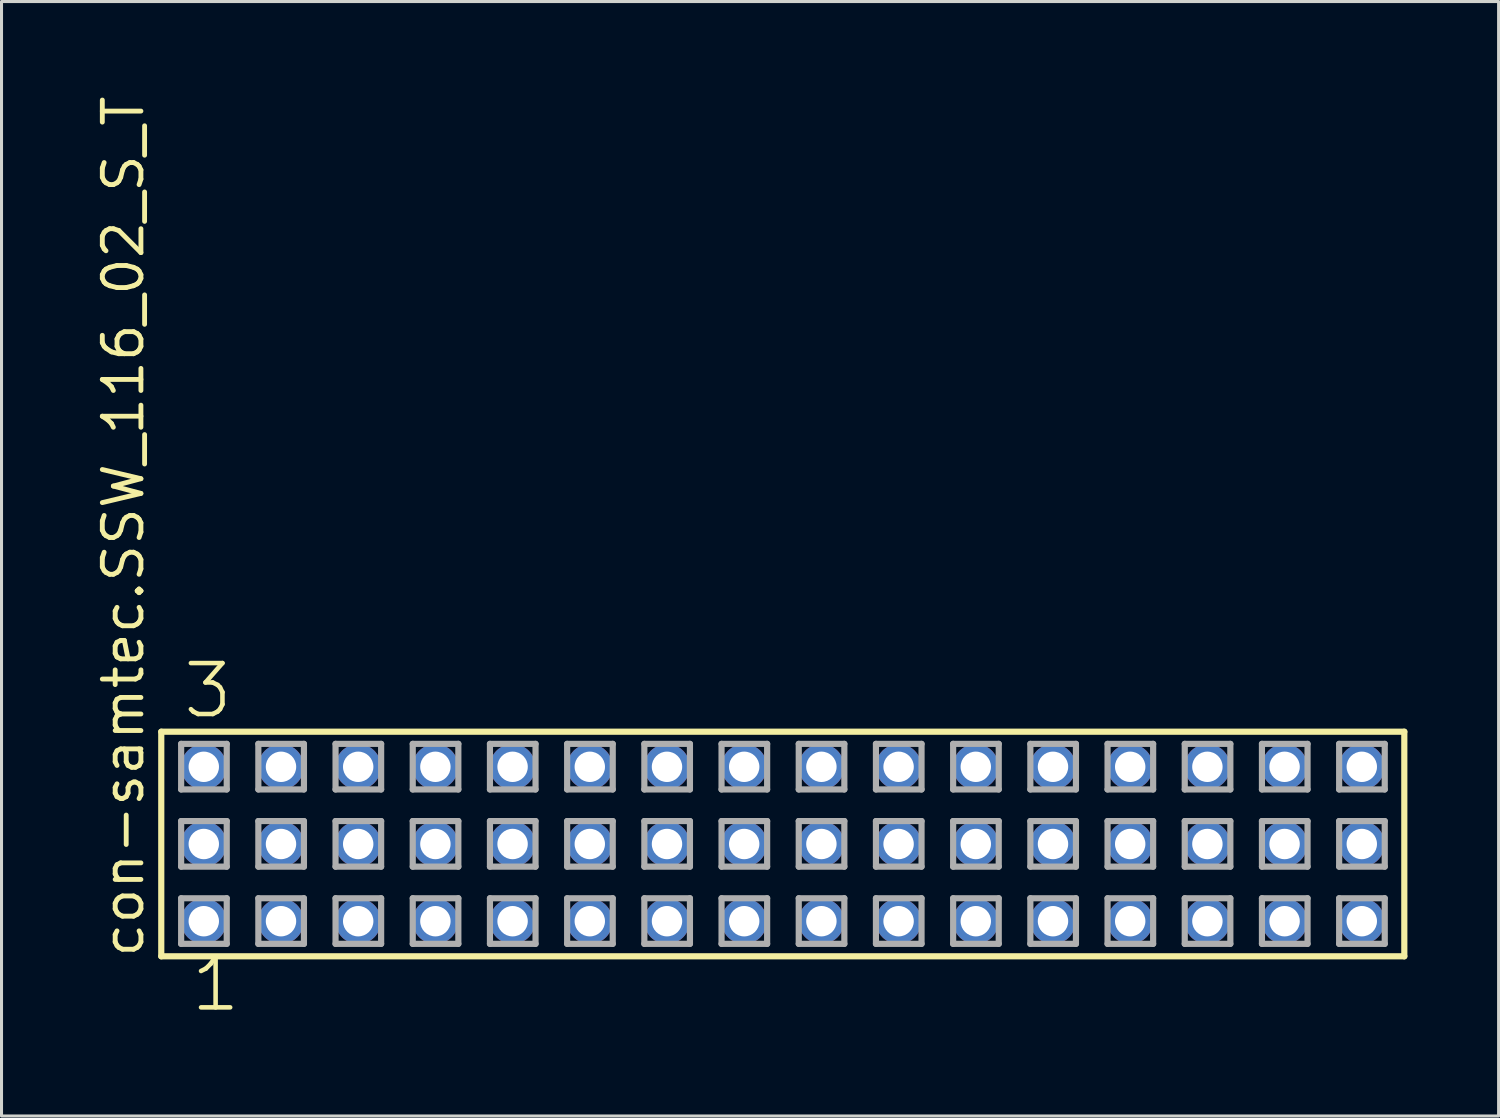
<source format=kicad_pcb>
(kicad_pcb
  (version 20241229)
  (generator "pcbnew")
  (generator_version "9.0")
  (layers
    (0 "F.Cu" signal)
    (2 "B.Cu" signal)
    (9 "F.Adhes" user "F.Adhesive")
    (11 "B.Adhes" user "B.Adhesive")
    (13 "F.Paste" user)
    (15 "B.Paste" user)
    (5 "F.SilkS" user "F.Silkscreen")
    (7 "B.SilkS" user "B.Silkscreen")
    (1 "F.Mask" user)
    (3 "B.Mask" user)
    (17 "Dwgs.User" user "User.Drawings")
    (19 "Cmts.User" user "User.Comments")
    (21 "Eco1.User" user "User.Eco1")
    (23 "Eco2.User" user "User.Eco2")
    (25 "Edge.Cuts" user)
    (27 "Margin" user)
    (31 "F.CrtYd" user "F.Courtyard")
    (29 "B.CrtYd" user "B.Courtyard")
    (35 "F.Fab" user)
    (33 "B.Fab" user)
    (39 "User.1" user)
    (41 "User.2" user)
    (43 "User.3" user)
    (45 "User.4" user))
  (footprint "con-samtec.SSW_116_02_S_T"
    (layer "F.Cu")
    (at 22.705 24.719)
    (property "Reference" "con-samtec.SSW_116_02_S_T" (at -20.955 3.81 90) (layer "F.SilkS") (effects (font (size 1.27 1.27) (thickness 0.16)) (justify left bottom)))
    (attr through_hole)
    (fp_line (start -20.449 -3.695) (end 20.449 -3.695) (stroke (width 0.203) (type default)) (layer "F.SilkS"))
    (fp_line (start -20.449 3.695) (end -20.449 -3.695) (stroke (width 0.203) (type default)) (layer "F.SilkS"))
    (fp_line (start 20.449 -3.695) (end 20.449 3.695) (stroke (width 0.203) (type default)) (layer "F.SilkS"))
    (fp_line (start 20.449 3.695) (end -20.449 3.695) (stroke (width 0.203) (type default)) (layer "F.SilkS"))
    (fp_line (start -19.795 -3.295) (end -18.295 -3.295) (stroke (width 0.203) (type default)) (layer "F.Fab"))
    (fp_line (start -19.795 -1.795) (end -19.795 -3.295) (stroke (width 0.203) (type default)) (layer "F.Fab"))
    (fp_line (start -19.795 -0.755) (end -18.295 -0.755) (stroke (width 0.203) (type default)) (layer "F.Fab"))
    (fp_line (start -19.795 0.745) (end -19.795 -0.755) (stroke (width 0.203) (type default)) (layer "F.Fab"))
    (fp_line (start -19.795 1.785) (end -18.295 1.785) (stroke (width 0.203) (type default)) (layer "F.Fab"))
    (fp_line (start -19.795 3.285) (end -19.795 1.785) (stroke (width 0.203) (type default)) (layer "F.Fab"))
    (fp_line (start -18.295 -3.295) (end -18.295 -1.795) (stroke (width 0.203) (type default)) (layer "F.Fab"))
    (fp_line (start -18.295 -1.795) (end -19.795 -1.795) (stroke (width 0.203) (type default)) (layer "F.Fab"))
    (fp_line (start -18.295 -0.755) (end -18.295 0.745) (stroke (width 0.203) (type default)) (layer "F.Fab"))
    (fp_line (start -18.295 0.745) (end -19.795 0.745) (stroke (width 0.203) (type default)) (layer "F.Fab"))
    (fp_line (start -18.295 1.785) (end -18.295 3.285) (stroke (width 0.203) (type default)) (layer "F.Fab"))
    (fp_line (start -18.295 3.285) (end -19.795 3.285) (stroke (width 0.203) (type default)) (layer "F.Fab"))
    (fp_line (start -17.255 -3.295) (end -15.755 -3.295) (stroke (width 0.203) (type default)) (layer "F.Fab"))
    (fp_line (start -17.255 -1.795) (end -17.255 -3.295) (stroke (width 0.203) (type default)) (layer "F.Fab"))
    (fp_line (start -17.255 -0.755) (end -15.755 -0.755) (stroke (width 0.203) (type default)) (layer "F.Fab"))
    (fp_line (start -17.255 0.745) (end -17.255 -0.755) (stroke (width 0.203) (type default)) (layer "F.Fab"))
    (fp_line (start -17.255 1.785) (end -15.755 1.785) (stroke (width 0.203) (type default)) (layer "F.Fab"))
    (fp_line (start -17.255 3.285) (end -17.255 1.785) (stroke (width 0.203) (type default)) (layer "F.Fab"))
    (fp_line (start -15.755 -3.295) (end -15.755 -1.795) (stroke (width 0.203) (type default)) (layer "F.Fab"))
    (fp_line (start -15.755 -1.795) (end -17.255 -1.795) (stroke (width 0.203) (type default)) (layer "F.Fab"))
    (fp_line (start -15.755 -0.755) (end -15.755 0.745) (stroke (width 0.203) (type default)) (layer "F.Fab"))
    (fp_line (start -15.755 0.745) (end -17.255 0.745) (stroke (width 0.203) (type default)) (layer "F.Fab"))
    (fp_line (start -15.755 1.785) (end -15.755 3.285) (stroke (width 0.203) (type default)) (layer "F.Fab"))
    (fp_line (start -15.755 3.285) (end -17.255 3.285) (stroke (width 0.203) (type default)) (layer "F.Fab"))
    (fp_line (start -14.715 -3.295) (end -13.215 -3.295) (stroke (width 0.203) (type default)) (layer "F.Fab"))
    (fp_line (start -14.715 -1.795) (end -14.715 -3.295) (stroke (width 0.203) (type default)) (layer "F.Fab"))
    (fp_line (start -14.715 -0.755) (end -13.215 -0.755) (stroke (width 0.203) (type default)) (layer "F.Fab"))
    (fp_line (start -14.715 0.745) (end -14.715 -0.755) (stroke (width 0.203) (type default)) (layer "F.Fab"))
    (fp_line (start -14.715 1.785) (end -13.215 1.785) (stroke (width 0.203) (type default)) (layer "F.Fab"))
    (fp_line (start -14.715 3.285) (end -14.715 1.785) (stroke (width 0.203) (type default)) (layer "F.Fab"))
    (fp_line (start -13.215 -3.295) (end -13.215 -1.795) (stroke (width 0.203) (type default)) (layer "F.Fab"))
    (fp_line (start -13.215 -1.795) (end -14.715 -1.795) (stroke (width 0.203) (type default)) (layer "F.Fab"))
    (fp_line (start -13.215 -0.755) (end -13.215 0.745) (stroke (width 0.203) (type default)) (layer "F.Fab"))
    (fp_line (start -13.215 0.745) (end -14.715 0.745) (stroke (width 0.203) (type default)) (layer "F.Fab"))
    (fp_line (start -13.215 1.785) (end -13.215 3.285) (stroke (width 0.203) (type default)) (layer "F.Fab"))
    (fp_line (start -13.215 3.285) (end -14.715 3.285) (stroke (width 0.203) (type default)) (layer "F.Fab"))
    (fp_line (start -12.175 -3.295) (end -10.675 -3.295) (stroke (width 0.203) (type default)) (layer "F.Fab"))
    (fp_line (start -12.175 -1.795) (end -12.175 -3.295) (stroke (width 0.203) (type default)) (layer "F.Fab"))
    (fp_line (start -12.175 -0.755) (end -10.675 -0.755) (stroke (width 0.203) (type default)) (layer "F.Fab"))
    (fp_line (start -12.175 0.745) (end -12.175 -0.755) (stroke (width 0.203) (type default)) (layer "F.Fab"))
    (fp_line (start -12.175 1.785) (end -10.675 1.785) (stroke (width 0.203) (type default)) (layer "F.Fab"))
    (fp_line (start -12.175 3.285) (end -12.175 1.785) (stroke (width 0.203) (type default)) (layer "F.Fab"))
    (fp_line (start -10.675 -3.295) (end -10.675 -1.795) (stroke (width 0.203) (type default)) (layer "F.Fab"))
    (fp_line (start -10.675 -1.795) (end -12.175 -1.795) (stroke (width 0.203) (type default)) (layer "F.Fab"))
    (fp_line (start -10.675 -0.755) (end -10.675 0.745) (stroke (width 0.203) (type default)) (layer "F.Fab"))
    (fp_line (start -10.675 0.745) (end -12.175 0.745) (stroke (width 0.203) (type default)) (layer "F.Fab"))
    (fp_line (start -10.675 1.785) (end -10.675 3.285) (stroke (width 0.203) (type default)) (layer "F.Fab"))
    (fp_line (start -10.675 3.285) (end -12.175 3.285) (stroke (width 0.203) (type default)) (layer "F.Fab"))
    (fp_line (start -9.635 -3.295) (end -8.135 -3.295) (stroke (width 0.203) (type default)) (layer "F.Fab"))
    (fp_line (start -9.635 -1.795) (end -9.635 -3.295) (stroke (width 0.203) (type default)) (layer "F.Fab"))
    (fp_line (start -9.635 -0.755) (end -8.135 -0.755) (stroke (width 0.203) (type default)) (layer "F.Fab"))
    (fp_line (start -9.635 0.745) (end -9.635 -0.755) (stroke (width 0.203) (type default)) (layer "F.Fab"))
    (fp_line (start -9.635 1.785) (end -8.135 1.785) (stroke (width 0.203) (type default)) (layer "F.Fab"))
    (fp_line (start -9.635 3.285) (end -9.635 1.785) (stroke (width 0.203) (type default)) (layer "F.Fab"))
    (fp_line (start -8.135 -3.295) (end -8.135 -1.795) (stroke (width 0.203) (type default)) (layer "F.Fab"))
    (fp_line (start -8.135 -1.795) (end -9.635 -1.795) (stroke (width 0.203) (type default)) (layer "F.Fab"))
    (fp_line (start -8.135 -0.755) (end -8.135 0.745) (stroke (width 0.203) (type default)) (layer "F.Fab"))
    (fp_line (start -8.135 0.745) (end -9.635 0.745) (stroke (width 0.203) (type default)) (layer "F.Fab"))
    (fp_line (start -8.135 1.785) (end -8.135 3.285) (stroke (width 0.203) (type default)) (layer "F.Fab"))
    (fp_line (start -8.135 3.285) (end -9.635 3.285) (stroke (width 0.203) (type default)) (layer "F.Fab"))
    (fp_line (start -7.095 -3.295) (end -5.595 -3.295) (stroke (width 0.203) (type default)) (layer "F.Fab"))
    (fp_line (start -7.095 -1.795) (end -7.095 -3.295) (stroke (width 0.203) (type default)) (layer "F.Fab"))
    (fp_line (start -7.095 -0.755) (end -5.595 -0.755) (stroke (width 0.203) (type default)) (layer "F.Fab"))
    (fp_line (start -7.095 0.745) (end -7.095 -0.755) (stroke (width 0.203) (type default)) (layer "F.Fab"))
    (fp_line (start -7.095 1.785) (end -5.595 1.785) (stroke (width 0.203) (type default)) (layer "F.Fab"))
    (fp_line (start -7.095 3.285) (end -7.095 1.785) (stroke (width 0.203) (type default)) (layer "F.Fab"))
    (fp_line (start -5.595 -3.295) (end -5.595 -1.795) (stroke (width 0.203) (type default)) (layer "F.Fab"))
    (fp_line (start -5.595 -1.795) (end -7.095 -1.795) (stroke (width 0.203) (type default)) (layer "F.Fab"))
    (fp_line (start -5.595 -0.755) (end -5.595 0.745) (stroke (width 0.203) (type default)) (layer "F.Fab"))
    (fp_line (start -5.595 0.745) (end -7.095 0.745) (stroke (width 0.203) (type default)) (layer "F.Fab"))
    (fp_line (start -5.595 1.785) (end -5.595 3.285) (stroke (width 0.203) (type default)) (layer "F.Fab"))
    (fp_line (start -5.595 3.285) (end -7.095 3.285) (stroke (width 0.203) (type default)) (layer "F.Fab"))
    (fp_line (start -4.555 -3.295) (end -3.055 -3.295) (stroke (width 0.203) (type default)) (layer "F.Fab"))
    (fp_line (start -4.555 -1.795) (end -4.555 -3.295) (stroke (width 0.203) (type default)) (layer "F.Fab"))
    (fp_line (start -4.555 -0.755) (end -3.055 -0.755) (stroke (width 0.203) (type default)) (layer "F.Fab"))
    (fp_line (start -4.555 0.745) (end -4.555 -0.755) (stroke (width 0.203) (type default)) (layer "F.Fab"))
    (fp_line (start -4.555 1.785) (end -3.055 1.785) (stroke (width 0.203) (type default)) (layer "F.Fab"))
    (fp_line (start -4.555 3.285) (end -4.555 1.785) (stroke (width 0.203) (type default)) (layer "F.Fab"))
    (fp_line (start -3.055 -3.295) (end -3.055 -1.795) (stroke (width 0.203) (type default)) (layer "F.Fab"))
    (fp_line (start -3.055 -1.795) (end -4.555 -1.795) (stroke (width 0.203) (type default)) (layer "F.Fab"))
    (fp_line (start -3.055 -0.755) (end -3.055 0.745) (stroke (width 0.203) (type default)) (layer "F.Fab"))
    (fp_line (start -3.055 0.745) (end -4.555 0.745) (stroke (width 0.203) (type default)) (layer "F.Fab"))
    (fp_line (start -3.055 1.785) (end -3.055 3.285) (stroke (width 0.203) (type default)) (layer "F.Fab"))
    (fp_line (start -3.055 3.285) (end -4.555 3.285) (stroke (width 0.203) (type default)) (layer "F.Fab"))
    (fp_line (start -2.015 -3.295) (end -0.515 -3.295) (stroke (width 0.203) (type default)) (layer "F.Fab"))
    (fp_line (start -2.015 -1.795) (end -2.015 -3.295) (stroke (width 0.203) (type default)) (layer "F.Fab"))
    (fp_line (start -2.015 -0.755) (end -0.515 -0.755) (stroke (width 0.203) (type default)) (layer "F.Fab"))
    (fp_line (start -2.015 0.745) (end -2.015 -0.755) (stroke (width 0.203) (type default)) (layer "F.Fab"))
    (fp_line (start -2.015 1.785) (end -0.515 1.785) (stroke (width 0.203) (type default)) (layer "F.Fab"))
    (fp_line (start -2.015 3.285) (end -2.015 1.785) (stroke (width 0.203) (type default)) (layer "F.Fab"))
    (fp_line (start -0.515 -3.295) (end -0.515 -1.795) (stroke (width 0.203) (type default)) (layer "F.Fab"))
    (fp_line (start -0.515 -1.795) (end -2.015 -1.795) (stroke (width 0.203) (type default)) (layer "F.Fab"))
    (fp_line (start -0.515 -0.755) (end -0.515 0.745) (stroke (width 0.203) (type default)) (layer "F.Fab"))
    (fp_line (start -0.515 0.745) (end -2.015 0.745) (stroke (width 0.203) (type default)) (layer "F.Fab"))
    (fp_line (start -0.515 1.785) (end -0.515 3.285) (stroke (width 0.203) (type default)) (layer "F.Fab"))
    (fp_line (start -0.515 3.285) (end -2.015 3.285) (stroke (width 0.203) (type default)) (layer "F.Fab"))
    (fp_line (start 0.525 -3.295) (end 2.025 -3.295) (stroke (width 0.203) (type default)) (layer "F.Fab"))
    (fp_line (start 0.525 -1.795) (end 0.525 -3.295) (stroke (width 0.203) (type default)) (layer "F.Fab"))
    (fp_line (start 0.525 -0.755) (end 2.025 -0.755) (stroke (width 0.203) (type default)) (layer "F.Fab"))
    (fp_line (start 0.525 0.745) (end 0.525 -0.755) (stroke (width 0.203) (type default)) (layer "F.Fab"))
    (fp_line (start 0.525 1.785) (end 2.025 1.785) (stroke (width 0.203) (type default)) (layer "F.Fab"))
    (fp_line (start 0.525 3.285) (end 0.525 1.785) (stroke (width 0.203) (type default)) (layer "F.Fab"))
    (fp_line (start 2.025 -3.295) (end 2.025 -1.795) (stroke (width 0.203) (type default)) (layer "F.Fab"))
    (fp_line (start 2.025 -1.795) (end 0.525 -1.795) (stroke (width 0.203) (type default)) (layer "F.Fab"))
    (fp_line (start 2.025 -0.755) (end 2.025 0.745) (stroke (width 0.203) (type default)) (layer "F.Fab"))
    (fp_line (start 2.025 0.745) (end 0.525 0.745) (stroke (width 0.203) (type default)) (layer "F.Fab"))
    (fp_line (start 2.025 1.785) (end 2.025 3.285) (stroke (width 0.203) (type default)) (layer "F.Fab"))
    (fp_line (start 2.025 3.285) (end 0.525 3.285) (stroke (width 0.203) (type default)) (layer "F.Fab"))
    (fp_line (start 3.065 -3.295) (end 4.565 -3.295) (stroke (width 0.203) (type default)) (layer "F.Fab"))
    (fp_line (start 3.065 -1.795) (end 3.065 -3.295) (stroke (width 0.203) (type default)) (layer "F.Fab"))
    (fp_line (start 3.065 -0.755) (end 4.565 -0.755) (stroke (width 0.203) (type default)) (layer "F.Fab"))
    (fp_line (start 3.065 0.745) (end 3.065 -0.755) (stroke (width 0.203) (type default)) (layer "F.Fab"))
    (fp_line (start 3.065 1.785) (end 4.565 1.785) (stroke (width 0.203) (type default)) (layer "F.Fab"))
    (fp_line (start 3.065 3.285) (end 3.065 1.785) (stroke (width 0.203) (type default)) (layer "F.Fab"))
    (fp_line (start 4.565 -3.295) (end 4.565 -1.795) (stroke (width 0.203) (type default)) (layer "F.Fab"))
    (fp_line (start 4.565 -1.795) (end 3.065 -1.795) (stroke (width 0.203) (type default)) (layer "F.Fab"))
    (fp_line (start 4.565 -0.755) (end 4.565 0.745) (stroke (width 0.203) (type default)) (layer "F.Fab"))
    (fp_line (start 4.565 0.745) (end 3.065 0.745) (stroke (width 0.203) (type default)) (layer "F.Fab"))
    (fp_line (start 4.565 1.785) (end 4.565 3.285) (stroke (width 0.203) (type default)) (layer "F.Fab"))
    (fp_line (start 4.565 3.285) (end 3.065 3.285) (stroke (width 0.203) (type default)) (layer "F.Fab"))
    (fp_line (start 5.605 -3.295) (end 7.105 -3.295) (stroke (width 0.203) (type default)) (layer "F.Fab"))
    (fp_line (start 5.605 -1.795) (end 5.605 -3.295) (stroke (width 0.203) (type default)) (layer "F.Fab"))
    (fp_line (start 5.605 -0.755) (end 7.105 -0.755) (stroke (width 0.203) (type default)) (layer "F.Fab"))
    (fp_line (start 5.605 0.745) (end 5.605 -0.755) (stroke (width 0.203) (type default)) (layer "F.Fab"))
    (fp_line (start 5.605 1.785) (end 7.105 1.785) (stroke (width 0.203) (type default)) (layer "F.Fab"))
    (fp_line (start 5.605 3.285) (end 5.605 1.785) (stroke (width 0.203) (type default)) (layer "F.Fab"))
    (fp_line (start 7.105 -3.295) (end 7.105 -1.795) (stroke (width 0.203) (type default)) (layer "F.Fab"))
    (fp_line (start 7.105 -1.795) (end 5.605 -1.795) (stroke (width 0.203) (type default)) (layer "F.Fab"))
    (fp_line (start 7.105 -0.755) (end 7.105 0.745) (stroke (width 0.203) (type default)) (layer "F.Fab"))
    (fp_line (start 7.105 0.745) (end 5.605 0.745) (stroke (width 0.203) (type default)) (layer "F.Fab"))
    (fp_line (start 7.105 1.785) (end 7.105 3.285) (stroke (width 0.203) (type default)) (layer "F.Fab"))
    (fp_line (start 7.105 3.285) (end 5.605 3.285) (stroke (width 0.203) (type default)) (layer "F.Fab"))
    (fp_line (start 8.145 -3.295) (end 9.645 -3.295) (stroke (width 0.203) (type default)) (layer "F.Fab"))
    (fp_line (start 8.145 -1.795) (end 8.145 -3.295) (stroke (width 0.203) (type default)) (layer "F.Fab"))
    (fp_line (start 8.145 -0.755) (end 9.645 -0.755) (stroke (width 0.203) (type default)) (layer "F.Fab"))
    (fp_line (start 8.145 0.745) (end 8.145 -0.755) (stroke (width 0.203) (type default)) (layer "F.Fab"))
    (fp_line (start 8.145 1.785) (end 9.645 1.785) (stroke (width 0.203) (type default)) (layer "F.Fab"))
    (fp_line (start 8.145 3.285) (end 8.145 1.785) (stroke (width 0.203) (type default)) (layer "F.Fab"))
    (fp_line (start 9.645 -3.295) (end 9.645 -1.795) (stroke (width 0.203) (type default)) (layer "F.Fab"))
    (fp_line (start 9.645 -1.795) (end 8.145 -1.795) (stroke (width 0.203) (type default)) (layer "F.Fab"))
    (fp_line (start 9.645 -0.755) (end 9.645 0.745) (stroke (width 0.203) (type default)) (layer "F.Fab"))
    (fp_line (start 9.645 0.745) (end 8.145 0.745) (stroke (width 0.203) (type default)) (layer "F.Fab"))
    (fp_line (start 9.645 1.785) (end 9.645 3.285) (stroke (width 0.203) (type default)) (layer "F.Fab"))
    (fp_line (start 9.645 3.285) (end 8.145 3.285) (stroke (width 0.203) (type default)) (layer "F.Fab"))
    (fp_line (start 10.685 -3.295) (end 12.185 -3.295) (stroke (width 0.203) (type default)) (layer "F.Fab"))
    (fp_line (start 10.685 -1.795) (end 10.685 -3.295) (stroke (width 0.203) (type default)) (layer "F.Fab"))
    (fp_line (start 10.685 -0.755) (end 12.185 -0.755) (stroke (width 0.203) (type default)) (layer "F.Fab"))
    (fp_line (start 10.685 0.745) (end 10.685 -0.755) (stroke (width 0.203) (type default)) (layer "F.Fab"))
    (fp_line (start 10.685 1.785) (end 12.185 1.785) (stroke (width 0.203) (type default)) (layer "F.Fab"))
    (fp_line (start 10.685 3.285) (end 10.685 1.785) (stroke (width 0.203) (type default)) (layer "F.Fab"))
    (fp_line (start 12.185 -3.295) (end 12.185 -1.795) (stroke (width 0.203) (type default)) (layer "F.Fab"))
    (fp_line (start 12.185 -1.795) (end 10.685 -1.795) (stroke (width 0.203) (type default)) (layer "F.Fab"))
    (fp_line (start 12.185 -0.755) (end 12.185 0.745) (stroke (width 0.203) (type default)) (layer "F.Fab"))
    (fp_line (start 12.185 0.745) (end 10.685 0.745) (stroke (width 0.203) (type default)) (layer "F.Fab"))
    (fp_line (start 12.185 1.785) (end 12.185 3.285) (stroke (width 0.203) (type default)) (layer "F.Fab"))
    (fp_line (start 12.185 3.285) (end 10.685 3.285) (stroke (width 0.203) (type default)) (layer "F.Fab"))
    (fp_line (start 13.225 -3.295) (end 14.725 -3.295) (stroke (width 0.203) (type default)) (layer "F.Fab"))
    (fp_line (start 13.225 -1.795) (end 13.225 -3.295) (stroke (width 0.203) (type default)) (layer "F.Fab"))
    (fp_line (start 13.225 -0.755) (end 14.725 -0.755) (stroke (width 0.203) (type default)) (layer "F.Fab"))
    (fp_line (start 13.225 0.745) (end 13.225 -0.755) (stroke (width 0.203) (type default)) (layer "F.Fab"))
    (fp_line (start 13.225 1.785) (end 14.725 1.785) (stroke (width 0.203) (type default)) (layer "F.Fab"))
    (fp_line (start 13.225 3.285) (end 13.225 1.785) (stroke (width 0.203) (type default)) (layer "F.Fab"))
    (fp_line (start 14.725 -3.295) (end 14.725 -1.795) (stroke (width 0.203) (type default)) (layer "F.Fab"))
    (fp_line (start 14.725 -1.795) (end 13.225 -1.795) (stroke (width 0.203) (type default)) (layer "F.Fab"))
    (fp_line (start 14.725 -0.755) (end 14.725 0.745) (stroke (width 0.203) (type default)) (layer "F.Fab"))
    (fp_line (start 14.725 0.745) (end 13.225 0.745) (stroke (width 0.203) (type default)) (layer "F.Fab"))
    (fp_line (start 14.725 1.785) (end 14.725 3.285) (stroke (width 0.203) (type default)) (layer "F.Fab"))
    (fp_line (start 14.725 3.285) (end 13.225 3.285) (stroke (width 0.203) (type default)) (layer "F.Fab"))
    (fp_line (start 15.765 -3.295) (end 17.265 -3.295) (stroke (width 0.203) (type default)) (layer "F.Fab"))
    (fp_line (start 15.765 -1.795) (end 15.765 -3.295) (stroke (width 0.203) (type default)) (layer "F.Fab"))
    (fp_line (start 15.765 -0.755) (end 17.265 -0.755) (stroke (width 0.203) (type default)) (layer "F.Fab"))
    (fp_line (start 15.765 0.745) (end 15.765 -0.755) (stroke (width 0.203) (type default)) (layer "F.Fab"))
    (fp_line (start 15.765 1.785) (end 17.265 1.785) (stroke (width 0.203) (type default)) (layer "F.Fab"))
    (fp_line (start 15.765 3.285) (end 15.765 1.785) (stroke (width 0.203) (type default)) (layer "F.Fab"))
    (fp_line (start 17.265 -3.295) (end 17.265 -1.795) (stroke (width 0.203) (type default)) (layer "F.Fab"))
    (fp_line (start 17.265 -1.795) (end 15.765 -1.795) (stroke (width 0.203) (type default)) (layer "F.Fab"))
    (fp_line (start 17.265 -0.755) (end 17.265 0.745) (stroke (width 0.203) (type default)) (layer "F.Fab"))
    (fp_line (start 17.265 0.745) (end 15.765 0.745) (stroke (width 0.203) (type default)) (layer "F.Fab"))
    (fp_line (start 17.265 1.785) (end 17.265 3.285) (stroke (width 0.203) (type default)) (layer "F.Fab"))
    (fp_line (start 17.265 3.285) (end 15.765 3.285) (stroke (width 0.203) (type default)) (layer "F.Fab"))
    (fp_line (start 18.305 -3.295) (end 19.805 -3.295) (stroke (width 0.203) (type default)) (layer "F.Fab"))
    (fp_line (start 18.305 -1.795) (end 18.305 -3.295) (stroke (width 0.203) (type default)) (layer "F.Fab"))
    (fp_line (start 18.305 -0.755) (end 19.805 -0.755) (stroke (width 0.203) (type default)) (layer "F.Fab"))
    (fp_line (start 18.305 0.745) (end 18.305 -0.755) (stroke (width 0.203) (type default)) (layer "F.Fab"))
    (fp_line (start 18.305 1.785) (end 19.805 1.785) (stroke (width 0.203) (type default)) (layer "F.Fab"))
    (fp_line (start 18.305 3.285) (end 18.305 1.785) (stroke (width 0.203) (type default)) (layer "F.Fab"))
    (fp_line (start 19.805 -3.295) (end 19.805 -1.795) (stroke (width 0.203) (type default)) (layer "F.Fab"))
    (fp_line (start 19.805 -1.795) (end 18.305 -1.795) (stroke (width 0.203) (type default)) (layer "F.Fab"))
    (fp_line (start 19.805 -0.755) (end 19.805 0.745) (stroke (width 0.203) (type default)) (layer "F.Fab"))
    (fp_line (start 19.805 0.745) (end 18.305 0.745) (stroke (width 0.203) (type default)) (layer "F.Fab"))
    (fp_line (start 19.805 1.785) (end 19.805 3.285) (stroke (width 0.203) (type default)) (layer "F.Fab"))
    (fp_line (start 19.805 3.285) (end 18.305 3.285) (stroke (width 0.203) (type default)) (layer "F.Fab"))
    (fp_text user "1" (at -19.558 5.588 0) (layer "F.SilkS") (effects (font (size 1.676 1.676) (thickness 0.15)) (justify left bottom)))
    (fp_text user "3" (at -19.812 -4.064 0) (layer "F.SilkS") (effects (font (size 1.676 1.676) (thickness 0.15)) (justify left bottom)))
    (pad "1" thru_hole circle (at -19.05 2.54) (size 1.5 1.5) (drill 1) (layers "*.Cu" "*.Mask"))
    (pad "2" thru_hole circle (at -19.05 0) (size 1.5 1.5) (drill 1) (layers "*.Cu" "*.Mask"))
    (pad "3" thru_hole circle (at -19.05 -2.54) (size 1.5 1.5) (drill 1) (layers "*.Cu" "*.Mask"))
    (pad "4" thru_hole circle (at -16.51 2.54) (size 1.5 1.5) (drill 1) (layers "*.Cu" "*.Mask"))
    (pad "5" thru_hole circle (at -16.51 0) (size 1.5 1.5) (drill 1) (layers "*.Cu" "*.Mask"))
    (pad "6" thru_hole circle (at -16.51 -2.54) (size 1.5 1.5) (drill 1) (layers "*.Cu" "*.Mask"))
    (pad "7" thru_hole circle (at -13.97 2.54) (size 1.5 1.5) (drill 1) (layers "*.Cu" "*.Mask"))
    (pad "8" thru_hole circle (at -13.97 0) (size 1.5 1.5) (drill 1) (layers "*.Cu" "*.Mask"))
    (pad "9" thru_hole circle (at -13.97 -2.54) (size 1.5 1.5) (drill 1) (layers "*.Cu" "*.Mask"))
    (pad "10" thru_hole circle (at -11.43 2.54) (size 1.5 1.5) (drill 1) (layers "*.Cu" "*.Mask"))
    (pad "11" thru_hole circle (at -11.43 0) (size 1.5 1.5) (drill 1) (layers "*.Cu" "*.Mask"))
    (pad "12" thru_hole circle (at -11.43 -2.54) (size 1.5 1.5) (drill 1) (layers "*.Cu" "*.Mask"))
    (pad "13" thru_hole circle (at -8.89 2.54) (size 1.5 1.5) (drill 1) (layers "*.Cu" "*.Mask"))
    (pad "14" thru_hole circle (at -8.89 0) (size 1.5 1.5) (drill 1) (layers "*.Cu" "*.Mask"))
    (pad "15" thru_hole circle (at -8.89 -2.54) (size 1.5 1.5) (drill 1) (layers "*.Cu" "*.Mask"))
    (pad "16" thru_hole circle (at -6.35 2.54) (size 1.5 1.5) (drill 1) (layers "*.Cu" "*.Mask"))
    (pad "17" thru_hole circle (at -6.35 0) (size 1.5 1.5) (drill 1) (layers "*.Cu" "*.Mask"))
    (pad "18" thru_hole circle (at -6.35 -2.54) (size 1.5 1.5) (drill 1) (layers "*.Cu" "*.Mask"))
    (pad "19" thru_hole circle (at -3.81 2.54) (size 1.5 1.5) (drill 1) (layers "*.Cu" "*.Mask"))
    (pad "20" thru_hole circle (at -3.81 0) (size 1.5 1.5) (drill 1) (layers "*.Cu" "*.Mask"))
    (pad "21" thru_hole circle (at -3.81 -2.54) (size 1.5 1.5) (drill 1) (layers "*.Cu" "*.Mask"))
    (pad "22" thru_hole circle (at -1.27 2.54) (size 1.5 1.5) (drill 1) (layers "*.Cu" "*.Mask"))
    (pad "23" thru_hole circle (at -1.27 0) (size 1.5 1.5) (drill 1) (layers "*.Cu" "*.Mask"))
    (pad "24" thru_hole circle (at -1.27 -2.54) (size 1.5 1.5) (drill 1) (layers "*.Cu" "*.Mask"))
    (pad "25" thru_hole circle (at 1.27 2.54) (size 1.5 1.5) (drill 1) (layers "*.Cu" "*.Mask"))
    (pad "26" thru_hole circle (at 1.27 0) (size 1.5 1.5) (drill 1) (layers "*.Cu" "*.Mask"))
    (pad "27" thru_hole circle (at 1.27 -2.54) (size 1.5 1.5) (drill 1) (layers "*.Cu" "*.Mask"))
    (pad "28" thru_hole circle (at 3.81 2.54) (size 1.5 1.5) (drill 1) (layers "*.Cu" "*.Mask"))
    (pad "29" thru_hole circle (at 3.81 0) (size 1.5 1.5) (drill 1) (layers "*.Cu" "*.Mask"))
    (pad "30" thru_hole circle (at 3.81 -2.54) (size 1.5 1.5) (drill 1) (layers "*.Cu" "*.Mask"))
    (pad "31" thru_hole circle (at 6.35 2.54) (size 1.5 1.5) (drill 1) (layers "*.Cu" "*.Mask"))
    (pad "32" thru_hole circle (at 6.35 0) (size 1.5 1.5) (drill 1) (layers "*.Cu" "*.Mask"))
    (pad "33" thru_hole circle (at 6.35 -2.54) (size 1.5 1.5) (drill 1) (layers "*.Cu" "*.Mask"))
    (pad "34" thru_hole circle (at 8.89 2.54) (size 1.5 1.5) (drill 1) (layers "*.Cu" "*.Mask"))
    (pad "35" thru_hole circle (at 8.89 0) (size 1.5 1.5) (drill 1) (layers "*.Cu" "*.Mask"))
    (pad "36" thru_hole circle (at 8.89 -2.54) (size 1.5 1.5) (drill 1) (layers "*.Cu" "*.Mask"))
    (pad "37" thru_hole circle (at 11.43 2.54) (size 1.5 1.5) (drill 1) (layers "*.Cu" "*.Mask"))
    (pad "38" thru_hole circle (at 11.43 0) (size 1.5 1.5) (drill 1) (layers "*.Cu" "*.Mask"))
    (pad "39" thru_hole circle (at 11.43 -2.54) (size 1.5 1.5) (drill 1) (layers "*.Cu" "*.Mask"))
    (pad "40" thru_hole circle (at 13.97 2.54) (size 1.5 1.5) (drill 1) (layers "*.Cu" "*.Mask"))
    (pad "41" thru_hole circle (at 13.97 0) (size 1.5 1.5) (drill 1) (layers "*.Cu" "*.Mask"))
    (pad "42" thru_hole circle (at 13.97 -2.54) (size 1.5 1.5) (drill 1) (layers "*.Cu" "*.Mask"))
    (pad "43" thru_hole circle (at 16.51 2.54) (size 1.5 1.5) (drill 1) (layers "*.Cu" "*.Mask"))
    (pad "44" thru_hole circle (at 16.51 0) (size 1.5 1.5) (drill 1) (layers "*.Cu" "*.Mask"))
    (pad "45" thru_hole circle (at 16.51 -2.54) (size 1.5 1.5) (drill 1) (layers "*.Cu" "*.Mask"))
    (pad "46" thru_hole circle (at 19.05 2.54) (size 1.5 1.5) (drill 1) (layers "*.Cu" "*.Mask"))
    (pad "47" thru_hole circle (at 19.05 0) (size 1.5 1.5) (drill 1) (layers "*.Cu" "*.Mask"))
    (pad "48" thru_hole circle (at 19.05 -2.54) (size 1.5 1.5) (drill 1) (layers "*.Cu" "*.Mask")))
  (gr_rect
    (start -3 -3)
    (end 46.256 33.668)
    (stroke (width 0.1) (type default))
    (fill no)
    (layer "Edge.Cuts")))
</source>
